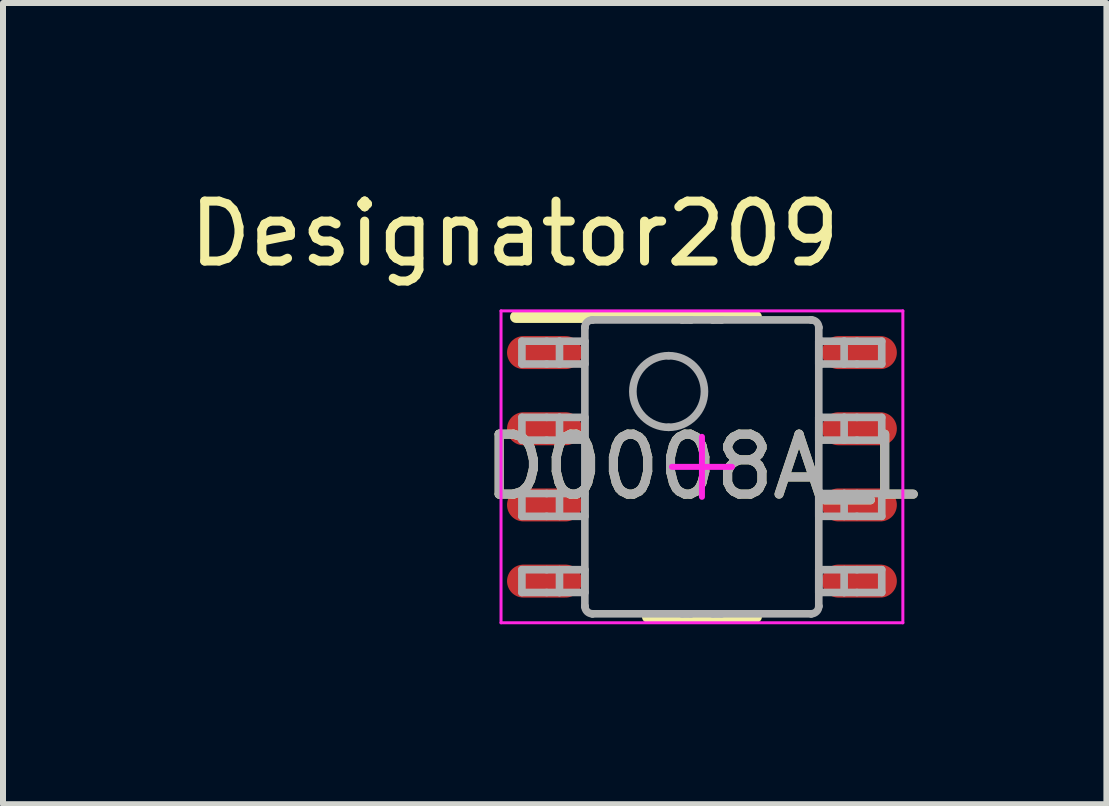
<source format=kicad_pcb>
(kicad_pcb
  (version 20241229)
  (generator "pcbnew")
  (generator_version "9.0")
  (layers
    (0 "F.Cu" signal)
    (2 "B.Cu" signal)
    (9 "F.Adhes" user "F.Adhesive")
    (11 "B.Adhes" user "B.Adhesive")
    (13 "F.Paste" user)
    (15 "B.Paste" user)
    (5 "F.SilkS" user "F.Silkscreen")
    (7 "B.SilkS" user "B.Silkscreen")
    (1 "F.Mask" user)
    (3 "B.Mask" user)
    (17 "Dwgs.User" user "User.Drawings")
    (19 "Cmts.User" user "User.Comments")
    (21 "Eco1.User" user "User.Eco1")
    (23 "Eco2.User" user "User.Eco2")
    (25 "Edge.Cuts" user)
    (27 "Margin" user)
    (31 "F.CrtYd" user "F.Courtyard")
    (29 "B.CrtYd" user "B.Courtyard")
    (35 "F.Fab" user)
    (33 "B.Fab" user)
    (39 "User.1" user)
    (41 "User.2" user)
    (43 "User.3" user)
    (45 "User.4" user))
  (footprint "D0008A_L"
    (layer "F.Cu")
    (at 8.654 4.734)
    (property "Reference" "D0008A_L" (at 0 0 0) (unlocked yes) (layer "F.SilkS") (effects (font (size 1 1) (thickness 0.15))))
    (attr smd)
    (fp_line (start -3.1 -2.5) (end 0.9 -2.5) (stroke (width 0.2) (type solid)) (layer "F.SilkS"))
    (fp_line (start -0.9 2.5) (end 0.9 2.5) (stroke (width 0.2) (type solid)) (layer "F.SilkS"))
    (fp_line (start -3.35 -2.6) (end 3.35 -2.6) (stroke (width 0.05) (type solid)) (layer "F.CrtYd"))
    (fp_line (start -3.35 2.6) (end -3.35 -2.6) (stroke (width 0.05) (type solid)) (layer "F.CrtYd"))
    (fp_line (start -3.35 2.6) (end 3.35 2.6) (stroke (width 0.05) (type solid)) (layer "F.CrtYd"))
    (fp_line (start -0.5 0) (end 0.5 0) (stroke (width 0.1) (type solid)) (layer "F.CrtYd"))
    (fp_line (start 0 0.5) (end 0 -0.5) (stroke (width 0.1) (type solid)) (layer "F.CrtYd"))
    (fp_line (start 3.35 2.6) (end 3.35 -2.6) (stroke (width 0.05) (type solid)) (layer "F.CrtYd"))
    (fp_line (start -3.002 -2.095) (end -2.589 -2.095) (stroke (width 0.127) (type solid)) (layer "F.Fab"))
    (fp_line (start -3.002 -1.715) (end -3.002 -2.095) (stroke (width 0.127) (type solid)) (layer "F.Fab"))
    (fp_line (start -3.002 -1.715) (end -2.589 -1.715) (stroke (width 0.127) (type solid)) (layer "F.Fab"))
    (fp_line (start -3.002 -0.825) (end -2.589 -0.825) (stroke (width 0.127) (type solid)) (layer "F.Fab"))
    (fp_line (start -3.002 -0.445) (end -3.002 -0.825) (stroke (width 0.127) (type solid)) (layer "F.Fab"))
    (fp_line (start -3.002 -0.445) (end -2.589 -0.445) (stroke (width 0.127) (type solid)) (layer "F.Fab"))
    (fp_line (start -3.002 0.445) (end -2.589 0.445) (stroke (width 0.127) (type solid)) (layer "F.Fab"))
    (fp_line (start -3.002 0.825) (end -3.002 0.445) (stroke (width 0.127) (type solid)) (layer "F.Fab"))
    (fp_line (start -3.002 0.825) (end -2.589 0.825) (stroke (width 0.127) (type solid)) (layer "F.Fab"))
    (fp_line (start -3.002 1.715) (end -2.589 1.715) (stroke (width 0.127) (type solid)) (layer "F.Fab"))
    (fp_line (start -3.002 2.095) (end -3.002 1.715) (stroke (width 0.127) (type solid)) (layer "F.Fab"))
    (fp_line (start -3.002 2.095) (end -2.589 2.095) (stroke (width 0.127) (type solid)) (layer "F.Fab"))
    (fp_line (start -2.589 -2.095) (end -2.375 -2.095) (stroke (width 0.127) (type solid)) (layer "F.Fab"))
    (fp_line (start -2.589 -1.715) (end -2.375 -1.715) (stroke (width 0.127) (type solid)) (layer "F.Fab"))
    (fp_line (start -2.589 -0.825) (end -2.375 -0.825) (stroke (width 0.127) (type solid)) (layer "F.Fab"))
    (fp_line (start -2.589 -0.445) (end -2.375 -0.445) (stroke (width 0.127) (type solid)) (layer "F.Fab"))
    (fp_line (start -2.589 0.445) (end -2.375 0.445) (stroke (width 0.127) (type solid)) (layer "F.Fab"))
    (fp_line (start -2.589 0.825) (end -2.375 0.825) (stroke (width 0.127) (type solid)) (layer "F.Fab"))
    (fp_line (start -2.589 1.715) (end -2.375 1.715) (stroke (width 0.127) (type solid)) (layer "F.Fab"))
    (fp_line (start -2.589 2.095) (end -2.375 2.095) (stroke (width 0.127) (type solid)) (layer "F.Fab"))
    (fp_line (start -2.375 -2.095) (end -1.995 -2.095) (stroke (width 0.127) (type solid)) (layer "F.Fab"))
    (fp_line (start -2.375 -1.715) (end -2.375 -2.095) (stroke (width 0.127) (type solid)) (layer "F.Fab"))
    (fp_line (start -2.375 -1.715) (end -1.995 -1.715) (stroke (width 0.127) (type solid)) (layer "F.Fab"))
    (fp_line (start -2.375 -0.825) (end -1.995 -0.825) (stroke (width 0.127) (type solid)) (layer "F.Fab"))
    (fp_line (start -2.375 -0.445) (end -2.375 -0.825) (stroke (width 0.127) (type solid)) (layer "F.Fab"))
    (fp_line (start -2.375 -0.445) (end -1.995 -0.445) (stroke (width 0.127) (type solid)) (layer "F.Fab"))
    (fp_line (start -2.375 0.445) (end -1.995 0.445) (stroke (width 0.127) (type solid)) (layer "F.Fab"))
    (fp_line (start -2.375 0.825) (end -2.375 0.445) (stroke (width 0.127) (type solid)) (layer "F.Fab"))
    (fp_line (start -2.375 0.825) (end -1.995 0.825) (stroke (width 0.127) (type solid)) (layer "F.Fab"))
    (fp_line (start -2.375 1.715) (end -1.995 1.715) (stroke (width 0.127) (type solid)) (layer "F.Fab"))
    (fp_line (start -2.375 2.095) (end -2.375 1.715) (stroke (width 0.127) (type solid)) (layer "F.Fab"))
    (fp_line (start -2.375 2.095) (end -1.995 2.095) (stroke (width 0.127) (type solid)) (layer "F.Fab"))
    (fp_line (start -1.995 -2.095) (end -1.952 -2.095) (stroke (width 0.127) (type solid)) (layer "F.Fab"))
    (fp_line (start -1.995 -1.715) (end -1.952 -1.715) (stroke (width 0.127) (type solid)) (layer "F.Fab"))
    (fp_line (start -1.995 -0.825) (end -1.952 -0.825) (stroke (width 0.127) (type solid)) (layer "F.Fab"))
    (fp_line (start -1.995 -0.445) (end -1.952 -0.445) (stroke (width 0.127) (type solid)) (layer "F.Fab"))
    (fp_line (start -1.995 0.445) (end -1.952 0.445) (stroke (width 0.127) (type solid)) (layer "F.Fab"))
    (fp_line (start -1.995 0.825) (end -1.952 0.825) (stroke (width 0.127) (type solid)) (layer "F.Fab"))
    (fp_line (start -1.995 1.715) (end -1.952 1.715) (stroke (width 0.127) (type solid)) (layer "F.Fab"))
    (fp_line (start -1.995 2.095) (end -1.952 2.095) (stroke (width 0.127) (type solid)) (layer "F.Fab"))
    (fp_line (start -1.952 -2.323) (end -1.952 -2.324) (stroke (width 0.127) (type solid)) (layer "F.Fab"))
    (fp_line (start -1.952 -1.715) (end -1.952 -2.095) (stroke (width 0.127) (type solid)) (layer "F.Fab"))
    (fp_line (start -1.952 -0.445) (end -1.952 -0.825) (stroke (width 0.127) (type solid)) (layer "F.Fab"))
    (fp_line (start -1.952 0.825) (end -1.952 0.445) (stroke (width 0.127) (type solid)) (layer "F.Fab"))
    (fp_line (start -1.952 2.095) (end -1.952 1.715) (stroke (width 0.127) (type solid)) (layer "F.Fab"))
    (fp_line (start -1.952 2.323) (end -1.952 -2.323) (stroke (width 0.127) (type solid)) (layer "F.Fab"))
    (fp_line (start -1.952 2.324) (end -1.952 2.323) (stroke (width 0.127) (type solid)) (layer "F.Fab"))
    (fp_line (start -1.826 -2.45) (end -1.825 -2.45) (stroke (width 0.127) (type solid)) (layer "F.Fab"))
    (fp_line (start -1.826 2.45) (end -1.825 2.45) (stroke (width 0.127) (type solid)) (layer "F.Fab"))
    (fp_line (start -1.825 -2.45) (end -0.332 -2.45) (stroke (width 0.127) (type solid)) (layer "F.Fab"))
    (fp_line (start -1.825 2.45) (end -0.332 2.45) (stroke (width 0.127) (type solid)) (layer "F.Fab"))
    (fp_line (start -0.332 -2.45) (end -0.182 -2.45) (stroke (width 0.127) (type solid)) (layer "F.Fab"))
    (fp_line (start -0.332 -2.45) (end -0.182 -2.45) (stroke (width 0.127) (type solid)) (layer "F.Fab"))
    (fp_line (start -0.332 2.45) (end -0.182 2.45) (stroke (width 0.127) (type solid)) (layer "F.Fab"))
    (fp_line (start -0.332 2.45) (end -0.182 2.45) (stroke (width 0.127) (type solid)) (layer "F.Fab"))
    (fp_line (start -0.182 -2.45) (end 0.178 -2.45) (stroke (width 0.127) (type solid)) (layer "F.Fab"))
    (fp_line (start -0.182 2.45) (end 0.178 2.45) (stroke (width 0.127) (type solid)) (layer "F.Fab"))
    (fp_line (start 0.178 -2.45) (end 0.328 -2.45) (stroke (width 0.127) (type solid)) (layer "F.Fab"))
    (fp_line (start 0.178 -2.45) (end 0.328 -2.45) (stroke (width 0.127) (type solid)) (layer "F.Fab"))
    (fp_line (start 0.178 2.45) (end 0.328 2.45) (stroke (width 0.127) (type solid)) (layer "F.Fab"))
    (fp_line (start 0.178 2.45) (end 0.328 2.45) (stroke (width 0.127) (type solid)) (layer "F.Fab"))
    (fp_line (start 0.328 -2.45) (end 1.821 -2.45) (stroke (width 0.127) (type solid)) (layer "F.Fab"))
    (fp_line (start 0.328 2.45) (end 1.821 2.45) (stroke (width 0.127) (type solid)) (layer "F.Fab"))
    (fp_line (start 1.821 -2.45) (end 1.822 -2.45) (stroke (width 0.127) (type solid)) (layer "F.Fab"))
    (fp_line (start 1.821 2.45) (end 1.822 2.45) (stroke (width 0.127) (type solid)) (layer "F.Fab"))
    (fp_line (start 1.948 -2.323) (end 1.948 -2.324) (stroke (width 0.127) (type solid)) (layer "F.Fab"))
    (fp_line (start 1.948 -2.095) (end 1.991 -2.095) (stroke (width 0.127) (type solid)) (layer "F.Fab"))
    (fp_line (start 1.948 -1.715) (end 1.948 -2.095) (stroke (width 0.127) (type solid)) (layer "F.Fab"))
    (fp_line (start 1.948 -1.715) (end 1.991 -1.715) (stroke (width 0.127) (type solid)) (layer "F.Fab"))
    (fp_line (start 1.948 -0.825) (end 1.991 -0.825) (stroke (width 0.127) (type solid)) (layer "F.Fab"))
    (fp_line (start 1.948 -0.445) (end 1.948 -0.825) (stroke (width 0.127) (type solid)) (layer "F.Fab"))
    (fp_line (start 1.948 -0.445) (end 1.991 -0.445) (stroke (width 0.127) (type solid)) (layer "F.Fab"))
    (fp_line (start 1.948 0.445) (end 1.991 0.445) (stroke (width 0.127) (type solid)) (layer "F.Fab"))
    (fp_line (start 1.948 0.825) (end 1.948 0.445) (stroke (width 0.127) (type solid)) (layer "F.Fab"))
    (fp_line (start 1.948 0.825) (end 1.991 0.825) (stroke (width 0.127) (type solid)) (layer "F.Fab"))
    (fp_line (start 1.948 1.715) (end 1.991 1.715) (stroke (width 0.127) (type solid)) (layer "F.Fab"))
    (fp_line (start 1.948 2.095) (end 1.948 1.715) (stroke (width 0.127) (type solid)) (layer "F.Fab"))
    (fp_line (start 1.948 2.095) (end 1.991 2.095) (stroke (width 0.127) (type solid)) (layer "F.Fab"))
    (fp_line (start 1.948 2.323) (end 1.948 -2.323) (stroke (width 0.127) (type solid)) (layer "F.Fab"))
    (fp_line (start 1.948 2.324) (end 1.948 2.323) (stroke (width 0.127) (type solid)) (layer "F.Fab"))
    (fp_line (start 1.991 -2.095) (end 2.371 -2.095) (stroke (width 0.127) (type solid)) (layer "F.Fab"))
    (fp_line (start 1.991 -1.715) (end 2.371 -1.715) (stroke (width 0.127) (type solid)) (layer "F.Fab"))
    (fp_line (start 1.991 -0.825) (end 2.371 -0.825) (stroke (width 0.127) (type solid)) (layer "F.Fab"))
    (fp_line (start 1.991 -0.445) (end 2.371 -0.445) (stroke (width 0.127) (type solid)) (layer "F.Fab"))
    (fp_line (start 1.991 0.445) (end 2.371 0.445) (stroke (width 0.127) (type solid)) (layer "F.Fab"))
    (fp_line (start 1.991 0.825) (end 2.371 0.825) (stroke (width 0.127) (type solid)) (layer "F.Fab"))
    (fp_line (start 1.991 1.715) (end 2.371 1.715) (stroke (width 0.127) (type solid)) (layer "F.Fab"))
    (fp_line (start 1.991 2.095) (end 2.371 2.095) (stroke (width 0.127) (type solid)) (layer "F.Fab"))
    (fp_line (start 2.371 -2.095) (end 2.585 -2.095) (stroke (width 0.127) (type solid)) (layer "F.Fab"))
    (fp_line (start 2.371 -1.715) (end 2.371 -2.095) (stroke (width 0.127) (type solid)) (layer "F.Fab"))
    (fp_line (start 2.371 -1.715) (end 2.585 -1.715) (stroke (width 0.127) (type solid)) (layer "F.Fab"))
    (fp_line (start 2.371 -0.825) (end 2.585 -0.825) (stroke (width 0.127) (type solid)) (layer "F.Fab"))
    (fp_line (start 2.371 -0.445) (end 2.371 -0.825) (stroke (width 0.127) (type solid)) (layer "F.Fab"))
    (fp_line (start 2.371 -0.445) (end 2.585 -0.445) (stroke (width 0.127) (type solid)) (layer "F.Fab"))
    (fp_line (start 2.371 0.445) (end 2.585 0.445) (stroke (width 0.127) (type solid)) (layer "F.Fab"))
    (fp_line (start 2.371 0.825) (end 2.371 0.445) (stroke (width 0.127) (type solid)) (layer "F.Fab"))
    (fp_line (start 2.371 0.825) (end 2.585 0.825) (stroke (width 0.127) (type solid)) (layer "F.Fab"))
    (fp_line (start 2.371 1.715) (end 2.585 1.715) (stroke (width 0.127) (type solid)) (layer "F.Fab"))
    (fp_line (start 2.371 2.095) (end 2.371 1.715) (stroke (width 0.127) (type solid)) (layer "F.Fab"))
    (fp_line (start 2.371 2.095) (end 2.585 2.095) (stroke (width 0.127) (type solid)) (layer "F.Fab"))
    (fp_line (start 2.585 -2.095) (end 2.998 -2.095) (stroke (width 0.127) (type solid)) (layer "F.Fab"))
    (fp_line (start 2.585 -1.715) (end 2.998 -1.715) (stroke (width 0.127) (type solid)) (layer "F.Fab"))
    (fp_line (start 2.585 -0.825) (end 2.998 -0.825) (stroke (width 0.127) (type solid)) (layer "F.Fab"))
    (fp_line (start 2.585 -0.445) (end 2.998 -0.445) (stroke (width 0.127) (type solid)) (layer "F.Fab"))
    (fp_line (start 2.585 0.445) (end 2.998 0.445) (stroke (width 0.127) (type solid)) (layer "F.Fab"))
    (fp_line (start 2.585 0.825) (end 2.998 0.825) (stroke (width 0.127) (type solid)) (layer "F.Fab"))
    (fp_line (start 2.585 1.715) (end 2.998 1.715) (stroke (width 0.127) (type solid)) (layer "F.Fab"))
    (fp_line (start 2.585 2.095) (end 2.998 2.095) (stroke (width 0.127) (type solid)) (layer "F.Fab"))
    (fp_line (start 2.998 -1.715) (end 2.998 -2.095) (stroke (width 0.127) (type solid)) (layer "F.Fab"))
    (fp_line (start 2.998 -0.445) (end 2.998 -0.825) (stroke (width 0.127) (type solid)) (layer "F.Fab"))
    (fp_line (start 2.998 0.825) (end 2.998 0.445) (stroke (width 0.127) (type solid)) (layer "F.Fab"))
    (fp_line (start 2.998 2.095) (end 2.998 1.715) (stroke (width 0.127) (type solid)) (layer "F.Fab"))
    (fp_arc (start -1.952002 -2.323941) (mid -1.914806 -2.412806) (end -1.825941 -2.450002) (stroke (width 0.127) (type solid)) (layer "F.Fab"))
    (fp_arc (start -1.825941 2.449992) (mid -1.914806 2.412795) (end -1.952002 2.323931) (stroke (width 0.127) (type solid)) (layer "F.Fab"))
    (fp_arc (start -0.555 -1.8531) (mid 0.0419 -1.2562) (end -0.555 -0.6593) (stroke (width 0.127) (type solid)) (layer "F.Fab"))
    (fp_arc (start -0.555 -0.6593) (mid -1.1519 -1.2562) (end -0.555 -1.8531) (stroke (width 0.127) (type solid)) (layer "F.Fab"))
    (fp_arc (start 1.821933 -2.450002) (mid 1.910797 -2.412806) (end 1.947994 -2.323941) (stroke (width 0.127) (type solid)) (layer "F.Fab"))
    (fp_arc (start 1.947994 2.323931) (mid 1.910797 2.412795) (end 1.821933 2.449992) (stroke (width 0.127) (type solid)) (layer "F.Fab"))
    (fp_text user "Designator209" (at -3.124 -3.886 0) (unlocked yes) (layer "F.SilkS") (effects (font (size 1 1) (thickness 0.15))))
    (fp_text user "${REFERENCE}" (at 0 0 0) (unlocked yes) (layer "F.Fab") (effects (font (size 1 1) (thickness 0.15))))
    (pad "1" smd oval (at -2.625 -1.905 90) (size 0.55 1.25) (layers "F.Cu" "F.Mask" "F.Paste"))
    (pad "2" smd oval (at -2.625 -0.635 90) (size 0.55 1.25) (layers "F.Cu" "F.Mask" "F.Paste"))
    (pad "3" smd oval (at -2.625 0.635 90) (size 0.55 1.25) (layers "F.Cu" "F.Mask" "F.Paste"))
    (pad "4" smd oval (at -2.625 1.905 90) (size 0.55 1.25) (layers "F.Cu" "F.Mask" "F.Paste"))
    (pad "5" smd oval (at 2.625 1.905 90) (size 0.55 1.25) (layers "F.Cu" "F.Mask" "F.Paste"))
    (pad "6" smd oval (at 2.625 0.635 90) (size 0.55 1.25) (layers "F.Cu" "F.Mask" "F.Paste"))
    (pad "7" smd oval (at 2.625 -0.635 90) (size 0.55 1.25) (layers "F.Cu" "F.Mask" "F.Paste"))
    (pad "8" smd oval (at 2.625 -1.905 90) (size 0.55 1.25) (layers "F.Cu" "F.Mask" "F.Paste")))
  (gr_rect
    (start -3 -3)
    (end 15.398 10.359)
    (stroke (width 0.1) (type default))
    (fill no)
    (layer "Edge.Cuts")))
</source>
